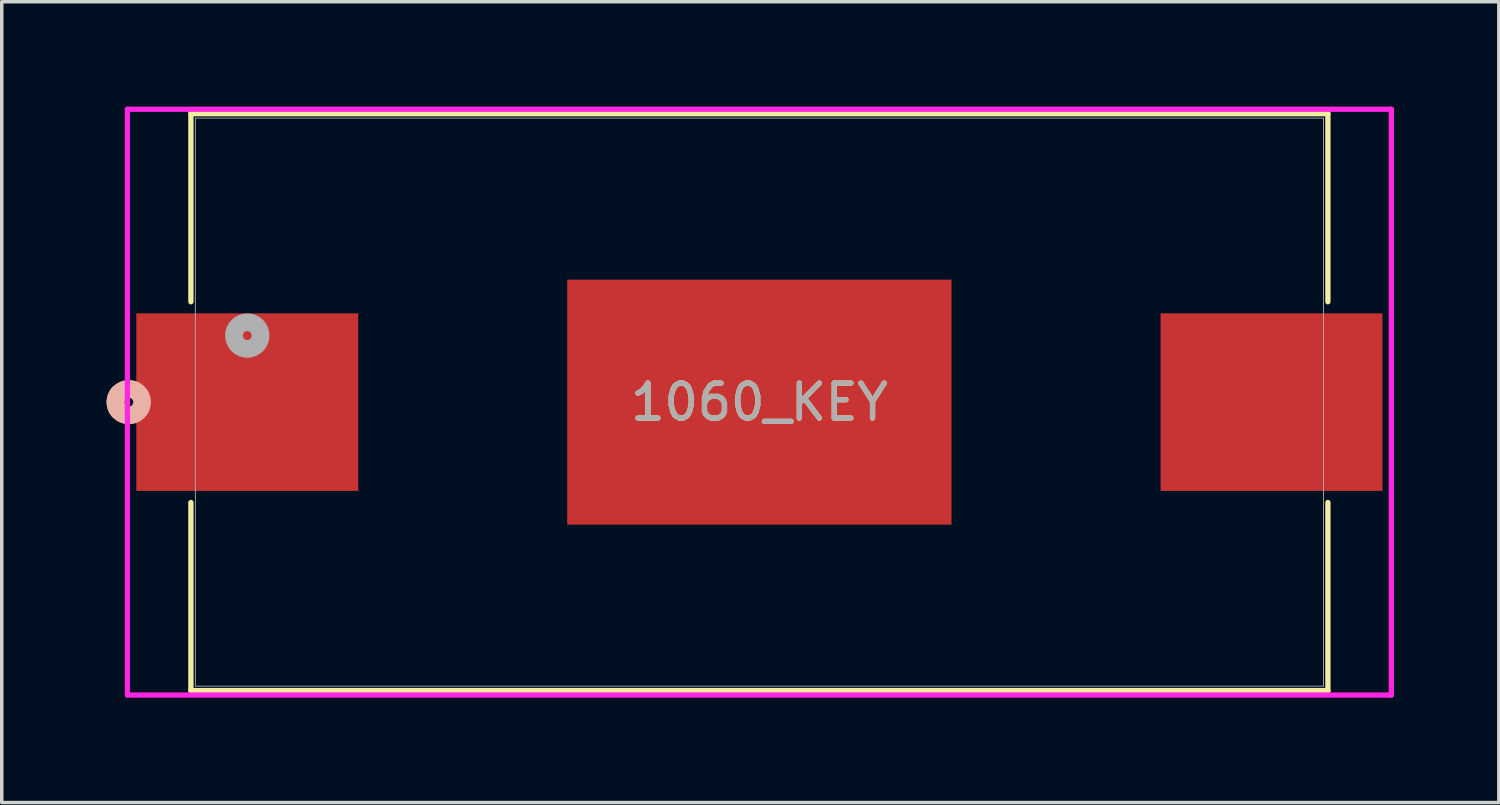
<source format=kicad_pcb>
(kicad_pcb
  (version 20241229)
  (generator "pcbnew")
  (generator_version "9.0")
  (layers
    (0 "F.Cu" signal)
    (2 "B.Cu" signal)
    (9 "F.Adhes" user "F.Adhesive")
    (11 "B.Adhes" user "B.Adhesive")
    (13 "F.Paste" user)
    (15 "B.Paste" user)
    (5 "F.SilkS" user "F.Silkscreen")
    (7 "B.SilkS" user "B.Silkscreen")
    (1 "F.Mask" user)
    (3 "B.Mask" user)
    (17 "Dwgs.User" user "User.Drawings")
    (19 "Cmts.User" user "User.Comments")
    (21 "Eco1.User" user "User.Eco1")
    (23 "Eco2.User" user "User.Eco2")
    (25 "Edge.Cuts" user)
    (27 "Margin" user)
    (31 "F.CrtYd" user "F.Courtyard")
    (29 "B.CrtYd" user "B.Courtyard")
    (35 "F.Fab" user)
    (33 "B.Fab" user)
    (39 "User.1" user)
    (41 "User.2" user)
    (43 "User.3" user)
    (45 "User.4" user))
  (footprint "1060_KEY"
    (layer "F.Cu")
    (at 18.682 8.458)
    (property "Reference" "1060_KEY" (at 0 0 0) (unlocked yes) (layer "F.SilkS") (effects (font (size 1 1) (thickness 0.15))))
    (attr smd)
    (fp_line (start -16.269 -8.255) (end -16.269 -2.873) (stroke (width 0.152) (type solid)) (layer "F.SilkS"))
    (fp_line (start -16.269 2.873) (end -16.269 8.255) (stroke (width 0.152) (type solid)) (layer "F.SilkS"))
    (fp_line (start -16.269 8.255) (end 16.269 8.255) (stroke (width 0.152) (type solid)) (layer "F.SilkS"))
    (fp_line (start 16.269 -8.255) (end -16.269 -8.255) (stroke (width 0.152) (type solid)) (layer "F.SilkS"))
    (fp_line (start 16.269 -2.873) (end 16.269 -8.255) (stroke (width 0.152) (type solid)) (layer "F.SilkS"))
    (fp_line (start 16.269 8.255) (end 16.269 2.873) (stroke (width 0.152) (type solid)) (layer "F.SilkS"))
    (fp_arc (start -18.34134 0.241554) (mid -18.4277 0) (end -18.34134 -0.241554) (stroke (width 0.508) (type solid)) (layer "F.SilkS"))
    (fp_circle (center -18.047 0) (end -17.666 0) (stroke (width 0.508) (type solid)) (fill no) (layer "B.SilkS"))
    (fp_line (start -18.085 -8.382) (end -18.085 8.382) (stroke (width 0.152) (type solid)) (layer "F.CrtYd"))
    (fp_line (start -18.085 8.382) (end 18.085 8.382) (stroke (width 0.152) (type solid)) (layer "F.CrtYd"))
    (fp_line (start 18.085 -8.382) (end -18.085 -8.382) (stroke (width 0.152) (type solid)) (layer "F.CrtYd"))
    (fp_line (start 18.085 8.382) (end 18.085 -8.382) (stroke (width 0.152) (type solid)) (layer "F.CrtYd"))
    (fp_line (start -16.142 -8.128) (end -16.142 8.128) (stroke (width 0.025) (type solid)) (layer "F.Fab"))
    (fp_line (start -16.142 8.128) (end 16.142 8.128) (stroke (width 0.025) (type solid)) (layer "F.Fab"))
    (fp_line (start 16.142 -8.128) (end -16.142 -8.128) (stroke (width 0.025) (type solid)) (layer "F.Fab"))
    (fp_line (start 16.142 8.128) (end 16.142 -8.128) (stroke (width 0.025) (type solid)) (layer "F.Fab"))
    (fp_circle (center -14.656 -1.905) (end -14.275 -1.905) (stroke (width 0.508) (type solid)) (fill no) (layer "F.Fab"))
    (fp_text user "${REFERENCE}" (at 0 0 0) (unlocked yes) (layer "F.Fab") (effects (font (size 1 1) (thickness 0.15))))
    (pad "1" smd rect (at -14.656 0) (size 6.35 5.08) (layers "F.Cu" "F.Mask" "F.Paste"))
    (pad "2" smd rect (at 14.656 0) (size 6.35 5.08) (layers "F.Cu" "F.Mask" "F.Paste"))
    (pad "3" smd rect (at 0 0) (size 10.998 7.01) (layers "F.Cu" "F.Mask" "F.Paste")))
  (gr_rect
    (start -3 -3)
    (end 39.843 19.916)
    (stroke (width 0.1) (type default))
    (fill no)
    (layer "Edge.Cuts")))
</source>
